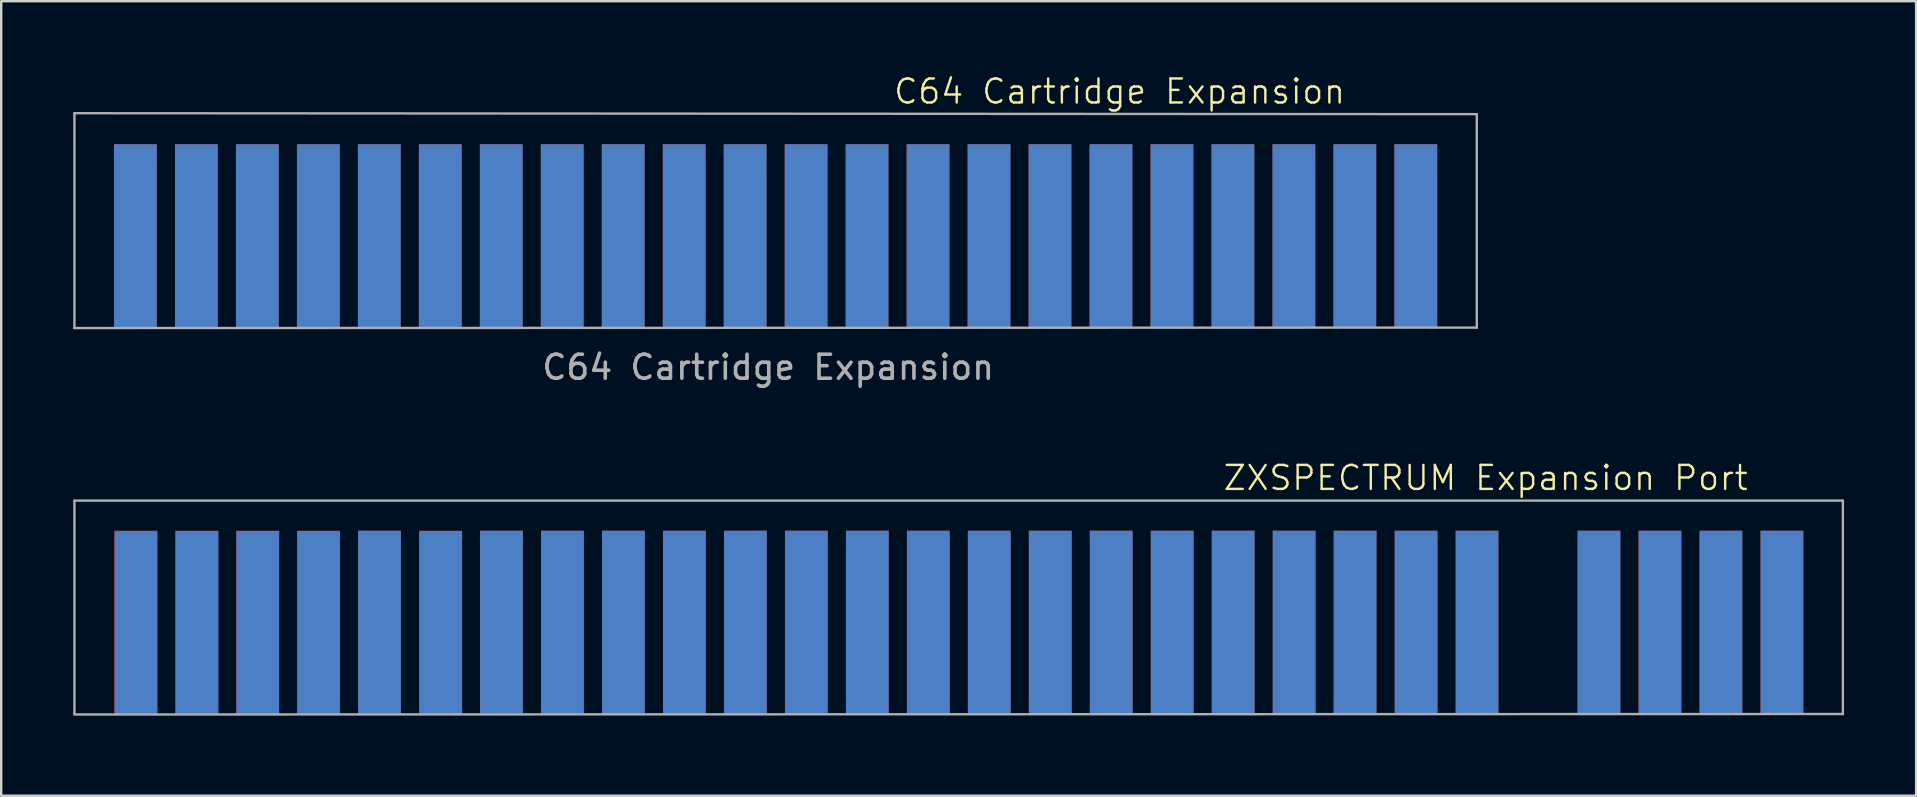
<source format=kicad_pcb>
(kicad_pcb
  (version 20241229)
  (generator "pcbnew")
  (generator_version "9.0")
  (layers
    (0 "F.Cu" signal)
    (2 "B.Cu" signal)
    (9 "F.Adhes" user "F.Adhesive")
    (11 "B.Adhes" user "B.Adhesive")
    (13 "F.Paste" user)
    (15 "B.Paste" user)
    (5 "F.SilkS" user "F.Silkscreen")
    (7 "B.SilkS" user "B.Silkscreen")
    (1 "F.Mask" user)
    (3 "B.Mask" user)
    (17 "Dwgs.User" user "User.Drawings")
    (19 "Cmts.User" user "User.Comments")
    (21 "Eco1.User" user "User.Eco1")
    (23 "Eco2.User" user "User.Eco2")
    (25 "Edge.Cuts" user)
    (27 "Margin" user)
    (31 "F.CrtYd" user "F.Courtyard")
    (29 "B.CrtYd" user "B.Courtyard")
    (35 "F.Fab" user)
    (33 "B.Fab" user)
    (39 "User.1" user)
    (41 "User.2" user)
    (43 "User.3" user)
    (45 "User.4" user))
  (footprint "C64 Cartridge Expansion"
    (layer "F.Cu")
    (at 29.26 10.841)
    (property "Reference" "C64 Cartridge Expansion" (at 14.33 -10.08 0) (unlocked yes) (layer "F.SilkS") (effects (font (size 1 1) (thickness 0.1))))
    (attr smd)
    (fp_line (start -29.21 -9.175) (end -29.21 -0.225) (stroke (width 0.1) (type default)) (layer "F.Fab"))
    (fp_line (start -29.21 -9.175) (end 29.21 -9.135) (stroke (width 0.1) (type solid)) (layer "F.Fab"))
    (fp_line (start 29.21 -9.13) (end 29.21 -0.24) (stroke (width 0.1) (type solid)) (layer "F.Fab"))
    (fp_line (start 29.21 -0.245) (end -29.21 -0.225) (stroke (width 0.1) (type solid)) (layer "F.Fab"))
    (fp_text user "${REFERENCE}" (at -0.31 1.41 0) (unlocked yes) (layer "F.Fab") (effects (font (size 1 1) (thickness 0.15))))
    (pad "1" connect rect (at 26.67 -4.07) (size 1.78 7.62) (layers "F.Cu" "F.Mask"))
    (pad "2" connect rect (at 24.13 -4.07) (size 1.78 7.62) (layers "F.Cu" "F.Mask"))
    (pad "3" connect rect (at 21.59 -4.07) (size 1.78 7.62) (layers "F.Cu" "F.Mask"))
    (pad "4" connect rect (at 19.05 -4.07) (size 1.78 7.62) (layers "F.Cu" "F.Mask"))
    (pad "5" connect rect (at 16.51 -4.07) (size 1.78 7.62) (layers "F.Cu" "F.Mask"))
    (pad "6" connect rect (at 13.97 -4.07) (size 1.78 7.62) (layers "F.Cu" "F.Mask"))
    (pad "7" connect rect (at 11.43 -4.07) (size 1.78 7.62) (layers "F.Cu" "F.Mask"))
    (pad "8" connect rect (at 8.89 -4.07) (size 1.78 7.62) (layers "F.Cu" "F.Mask"))
    (pad "9" connect rect (at 6.35 -4.07) (size 1.78 7.62) (layers "F.Cu" "F.Mask"))
    (pad "10" connect rect (at 3.81 -4.07) (size 1.78 7.62) (layers "F.Cu" "F.Mask"))
    (pad "11" connect rect (at 1.27 -4.07) (size 1.78 7.62) (layers "F.Cu" "F.Mask"))
    (pad "12" connect rect (at -1.27 -4.07) (size 1.78 7.62) (layers "F.Cu" "F.Mask"))
    (pad "13" connect rect (at -3.81 -4.07) (size 1.78 7.62) (layers "F.Cu" "F.Mask"))
    (pad "14" connect rect (at -6.35 -4.07) (size 1.78 7.62) (layers "F.Cu" "F.Mask"))
    (pad "15" connect rect (at -8.89 -4.07) (size 1.78 7.62) (layers "F.Cu" "F.Mask"))
    (pad "16" connect rect (at -11.43 -4.07) (size 1.78 7.62) (layers "F.Cu" "F.Mask"))
    (pad "17" connect rect (at -13.97 -4.07) (size 1.78 7.62) (layers "F.Cu" "F.Mask"))
    (pad "18" connect rect (at -16.51 -4.07) (size 1.78 7.62) (layers "F.Cu" "F.Mask"))
    (pad "19" connect rect (at -19.05 -4.07) (size 1.78 7.62) (layers "F.Cu" "F.Mask"))
    (pad "20" connect rect (at -21.59 -4.07) (size 1.78 7.62) (layers "F.Cu" "F.Mask"))
    (pad "21" connect rect (at -24.13 -4.07) (size 1.78 7.62) (layers "F.Cu" "F.Mask"))
    (pad "22" connect rect (at -26.67 -4.07) (size 1.78 7.62) (layers "F.Cu" "F.Mask"))
    (pad "A" connect rect (at 26.67 -4.07) (size 1.78 7.62) (layers "B.Cu" "B.Mask"))
    (pad "B" connect rect (at 24.13 -4.07) (size 1.78 7.62) (layers "B.Cu" "B.Mask"))
    (pad "C" connect rect (at 21.59 -4.07) (size 1.78 7.62) (layers "B.Cu" "B.Mask"))
    (pad "D" connect rect (at 19.05 -4.07) (size 1.78 7.62) (layers "B.Cu" "B.Mask"))
    (pad "E" connect rect (at 16.51 -4.07) (size 1.78 7.62) (layers "B.Cu" "B.Mask"))
    (pad "F" connect rect (at 13.97 -4.07) (size 1.78 7.62) (layers "B.Cu" "B.Mask"))
    (pad "H" connect rect (at 11.43 -4.07) (size 1.78 7.62) (layers "B.Cu" "B.Mask"))
    (pad "J" connect rect (at 8.89 -4.07) (size 1.78 7.62) (layers "B.Cu" "B.Mask"))
    (pad "K" connect rect (at 6.35 -4.07) (size 1.78 7.62) (layers "B.Cu" "B.Mask"))
    (pad "L" connect rect (at 3.81 -4.07) (size 1.78 7.62) (layers "B.Cu" "B.Mask"))
    (pad "M" connect rect (at 1.27 -4.07) (size 1.78 7.62) (layers "B.Cu" "B.Mask"))
    (pad "N" connect rect (at -1.27 -4.07) (size 1.78 7.62) (layers "B.Cu" "B.Mask"))
    (pad "P" connect rect (at -3.81 -4.07) (size 1.78 7.62) (layers "B.Cu" "B.Mask"))
    (pad "R" connect rect (at -6.35 -4.07) (size 1.78 7.62) (layers "B.Cu" "B.Mask"))
    (pad "S" connect rect (at -8.89 -4.07) (size 1.78 7.62) (layers "B.Cu" "B.Mask"))
    (pad "T" connect rect (at -11.43 -4.07) (size 1.78 7.62) (layers "B.Cu" "B.Mask"))
    (pad "U" connect rect (at -13.97 -4.07) (size 1.78 7.62) (layers "B.Cu" "B.Mask"))
    (pad "V" connect rect (at -16.51 -4.07) (size 1.78 7.62) (layers "B.Cu" "B.Mask"))
    (pad "W" connect rect (at -19.05 -4.07) (size 1.78 7.62) (layers "B.Cu" "B.Mask"))
    (pad "X" connect rect (at -21.59 -4.07) (size 1.78 7.62) (layers "B.Cu" "B.Mask"))
    (pad "Y" connect rect (at -24.13 -4.07) (size 1.78 7.62) (layers "B.Cu" "B.Mask"))
    (pad "Z" connect rect (at -26.67 -4.07) (size 1.78 7.62) (layers "B.Cu" "B.Mask")))
  (footprint "ZXSPECTRUM Expansion Port"
    (layer "F.Cu")
    (at 38.17 26.849)
    (property "Reference" "ZXSPECTRUM Expansion Port" (at 20.67 -9.99 0) (unlocked yes) (layer "F.SilkS") (effects (font (size 1 1) (thickness 0.1))))
    (attr smd)
    (fp_line (start -38.12 -9.045) (end 35.55 -9.045) (stroke (width 0.1) (type solid)) (layer "F.Fab"))
    (fp_line (start -38.12 -9.04) (end -38.12 -0.15) (stroke (width 0.1) (type default)) (layer "F.Fab"))
    (fp_line (start 35.55 -9.04) (end 35.55 -0.15) (stroke (width 0.1) (type solid)) (layer "F.Fab"))
    (fp_line (start 35.55 -0.155) (end -38.12 -0.135) (stroke (width 0.1) (type solid)) (layer "F.Fab"))
    (pad "A1" connect rect (at 33.01 -3.98) (size 1.78 7.62) (layers "F.Cu" "F.Mask"))
    (pad "A2" connect rect (at 30.47 -3.98) (size 1.78 7.62) (layers "F.Cu" "F.Mask"))
    (pad "A3" connect rect (at 27.93 -3.98) (size 1.78 7.62) (layers "F.Cu" "F.Mask"))
    (pad "A4" connect rect (at 25.39 -3.98) (size 1.78 7.62) (layers "F.Cu" "F.Mask"))
    (pad "A6" connect rect (at 20.31 -3.98) (size 1.78 7.62) (layers "F.Cu" "F.Mask"))
    (pad "A7" connect rect (at 17.77 -3.98) (size 1.78 7.62) (layers "F.Cu" "F.Mask"))
    (pad "A8" connect rect (at 15.23 -3.98) (size 1.78 7.62) (layers "F.Cu" "F.Mask"))
    (pad "A9" connect rect (at 12.69 -3.98) (size 1.78 7.62) (layers "F.Cu" "F.Mask"))
    (pad "A10" connect rect (at 10.15 -3.98) (size 1.78 7.62) (layers "F.Cu" "F.Mask"))
    (pad "A11" connect rect (at 7.61 -3.98) (size 1.78 7.62) (layers "F.Cu" "F.Mask"))
    (pad "A12" connect rect (at 5.07 -3.98) (size 1.78 7.62) (layers "F.Cu" "F.Mask"))
    (pad "A13" connect rect (at 2.53 -3.98) (size 1.78 7.62) (layers "F.Cu" "F.Mask"))
    (pad "A14" connect rect (at -0.01 -3.98) (size 1.78 7.62) (layers "F.Cu" "F.Mask"))
    (pad "A15" connect rect (at -2.55 -3.98) (size 1.78 7.62) (layers "F.Cu" "F.Mask"))
    (pad "A16" connect rect (at -5.09 -3.98) (size 1.78 7.62) (layers "F.Cu" "F.Mask"))
    (pad "A17" connect rect (at -7.63 -3.98) (size 1.78 7.62) (layers "F.Cu" "F.Mask"))
    (pad "A18" connect rect (at -10.17 -3.98) (size 1.78 7.62) (layers "F.Cu" "F.Mask"))
    (pad "A19" connect rect (at -12.71 -3.98) (size 1.78 7.62) (layers "F.Cu" "F.Mask"))
    (pad "A20" connect rect (at -15.25 -3.98) (size 1.78 7.62) (layers "F.Cu" "F.Mask"))
    (pad "A21" connect rect (at -17.79 -3.98) (size 1.78 7.62) (layers "F.Cu" "F.Mask"))
    (pad "A22" connect rect (at -20.33 -3.98) (size 1.78 7.62) (layers "F.Cu" "F.Mask"))
    (pad "A23" connect rect (at -22.87 -3.98) (size 1.78 7.62) (layers "F.Cu" "F.Mask"))
    (pad "A24" connect rect (at -25.41 -3.98) (size 1.78 7.62) (layers "F.Cu" "F.Mask"))
    (pad "A25" connect rect (at -27.95 -3.98) (size 1.78 7.62) (layers "F.Cu" "F.Mask"))
    (pad "A26" connect rect (at -30.49 -3.98) (size 1.78 7.62) (layers "F.Cu" "F.Mask"))
    (pad "A27" connect rect (at -33.03 -3.98) (size 1.78 7.62) (layers "F.Cu" "F.Mask"))
    (pad "A28" connect rect (at -35.57 -3.98) (size 1.78 7.62) (layers "F.Cu" "F.Mask"))
    (pad "B1" connect rect (at 33.01 -3.98) (size 1.78 7.62) (layers "B.Cu" "B.Mask"))
    (pad "B2" connect rect (at 30.47 -3.98) (size 1.78 7.62) (layers "B.Cu" "B.Mask"))
    (pad "B3" connect rect (at 27.93 -3.98) (size 1.78 7.62) (layers "B.Cu" "B.Mask"))
    (pad "B4" connect rect (at 25.39 -3.98) (size 1.78 7.62) (layers "B.Cu" "B.Mask"))
    (pad "B6" connect rect (at 20.31 -3.98) (size 1.78 7.62) (layers "B.Cu" "B.Mask"))
    (pad "B7" connect rect (at 17.77 -3.98) (size 1.78 7.62) (layers "B.Cu" "B.Mask"))
    (pad "B8" connect rect (at 15.23 -3.98) (size 1.78 7.62) (layers "B.Cu" "B.Mask"))
    (pad "B9" connect rect (at 12.69 -3.98) (size 1.78 7.62) (layers "B.Cu" "B.Mask"))
    (pad "B10" connect rect (at 10.15 -3.98) (size 1.78 7.62) (layers "B.Cu" "B.Mask"))
    (pad "B11" connect rect (at 7.61 -3.98) (size 1.78 7.62) (layers "B.Cu" "B.Mask"))
    (pad "B12" connect rect (at 5.07 -3.98) (size 1.78 7.62) (layers "B.Cu" "B.Mask"))
    (pad "B13" connect rect (at 2.53 -3.98) (size 1.78 7.62) (layers "B.Cu" "B.Mask"))
    (pad "B14" connect rect (at -0.01 -3.98) (size 1.78 7.62) (layers "B.Cu" "B.Mask"))
    (pad "B15" connect rect (at -2.55 -3.98) (size 1.78 7.62) (layers "B.Cu" "B.Mask"))
    (pad "B16" connect rect (at -5.09 -3.98) (size 1.78 7.62) (layers "B.Cu" "B.Mask"))
    (pad "B17" connect rect (at -7.63 -3.98) (size 1.78 7.62) (layers "B.Cu" "B.Mask"))
    (pad "B18" connect rect (at -10.17 -3.98) (size 1.78 7.62) (layers "B.Cu" "B.Mask"))
    (pad "B19" connect rect (at -12.71 -3.98) (size 1.78 7.62) (layers "B.Cu" "B.Mask"))
    (pad "B20" connect rect (at -15.25 -3.98) (size 1.78 7.62) (layers "B.Cu" "B.Mask"))
    (pad "B21" connect rect (at -17.79 -3.98) (size 1.78 7.62) (layers "B.Cu" "B.Mask"))
    (pad "B22" connect rect (at -20.33 -3.98) (size 1.78 7.62) (layers "B.Cu" "B.Mask"))
    (pad "B23" connect rect (at -22.86 -3.97) (size 1.78 7.62) (layers "B.Cu" "B.Mask"))
    (pad "B24" connect rect (at -25.41 -3.98) (size 1.78 7.62) (layers "B.Cu" "B.Mask"))
    (pad "B25" connect rect (at -27.95 -3.97) (size 1.78 7.62) (layers "B.Cu" "B.Mask"))
    (pad "B26" connect rect (at -30.48 -3.97) (size 1.78 7.62) (layers "B.Cu" "B.Mask"))
    (pad "B27" connect rect (at -33.01 -3.97) (size 1.78 7.62) (layers "B.Cu" "B.Mask"))
    (pad "B28" connect rect (at -35.55 -3.97) (size 1.78 7.62) (layers "B.Cu" "B.Mask")))
  (gr_rect
    (start -3 -3)
    (end 76.77 30.099)
    (stroke (width 0.1) (type default))
    (fill no)
    (layer "Edge.Cuts")))
</source>
